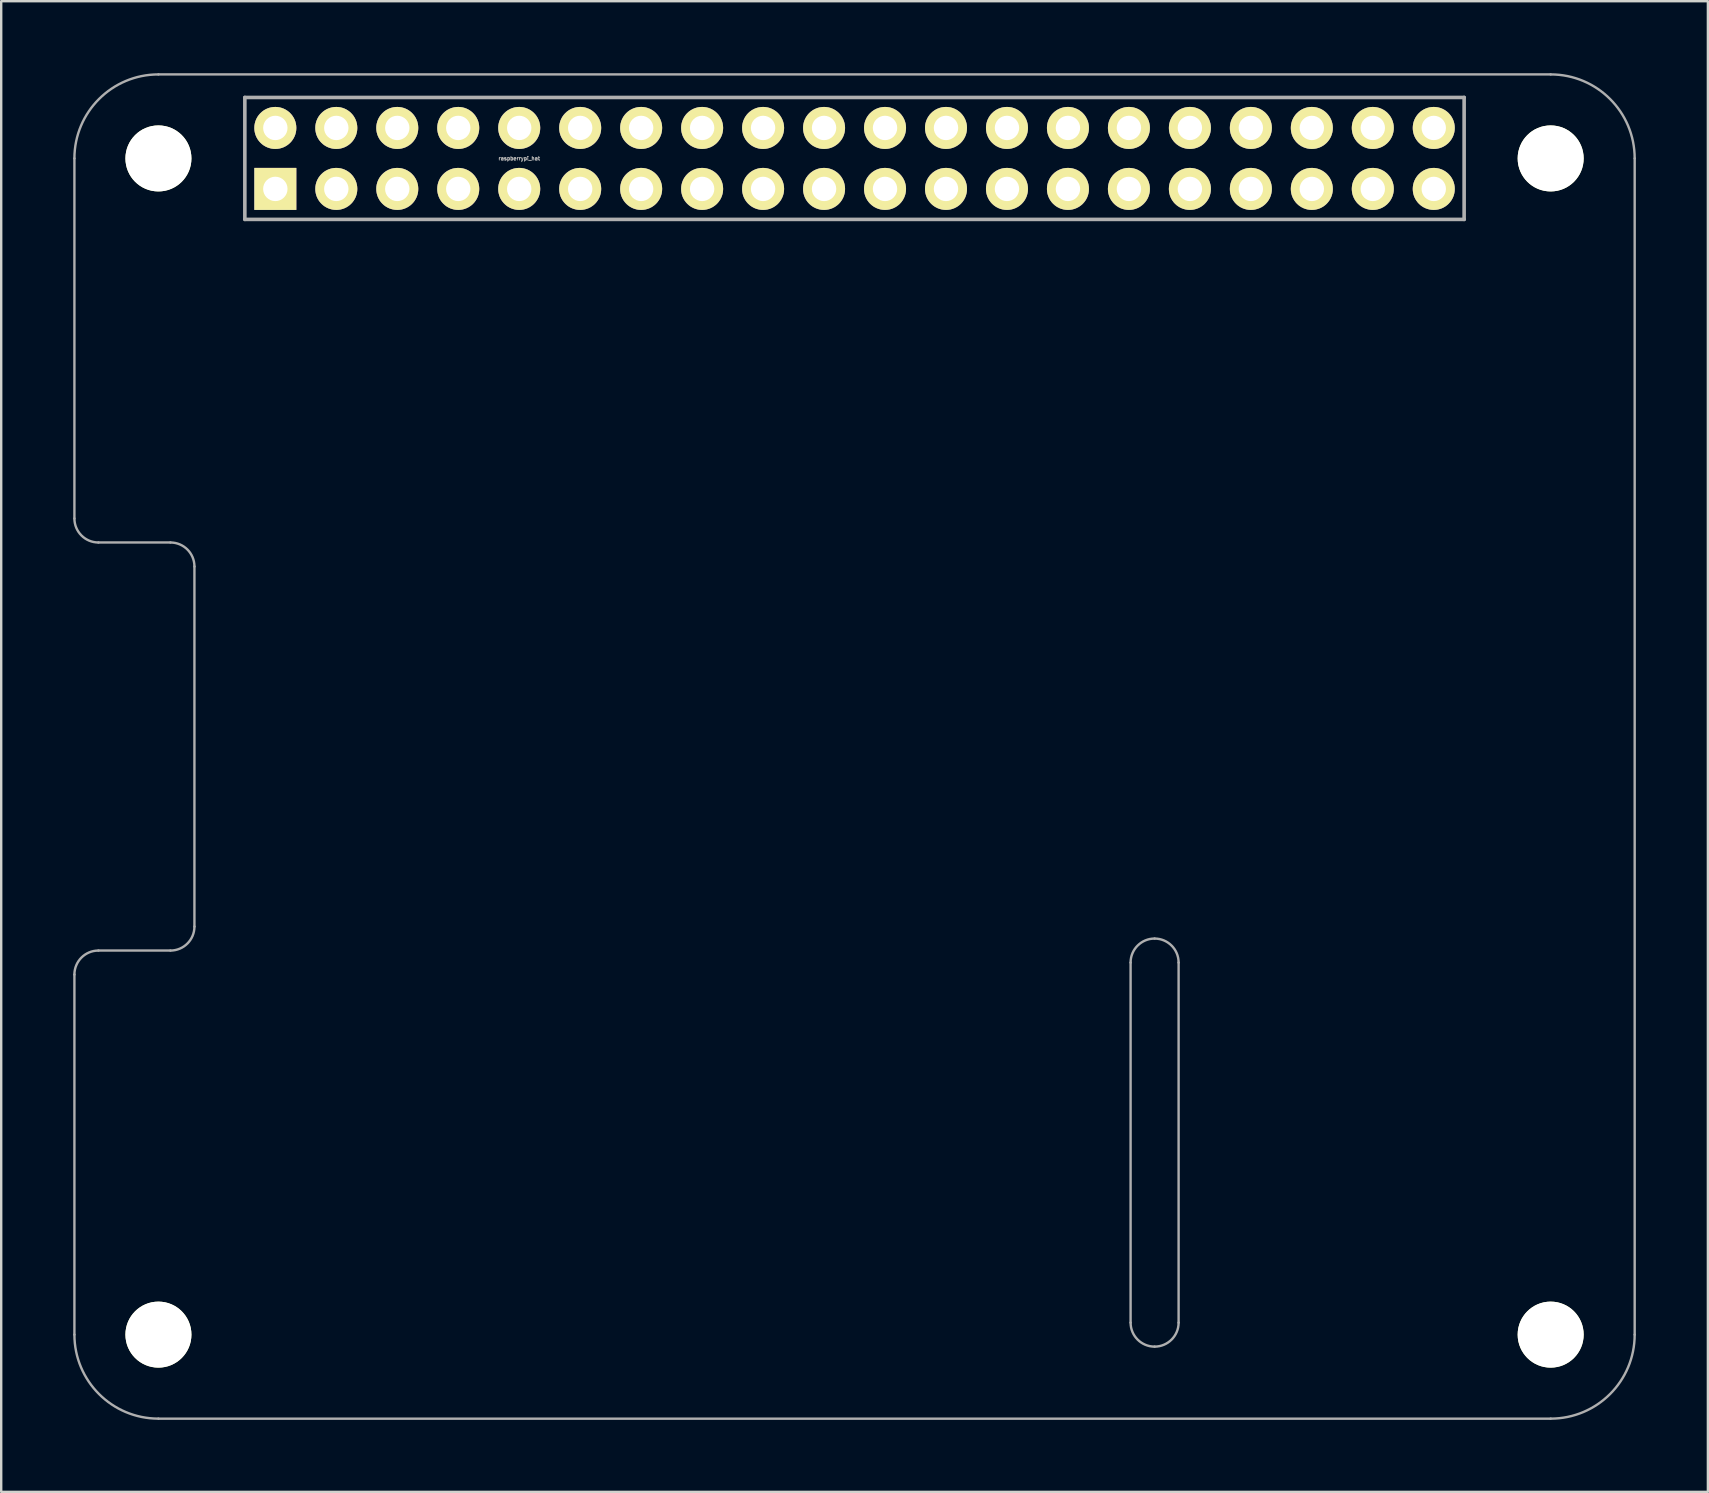
<source format=kicad_pcb>
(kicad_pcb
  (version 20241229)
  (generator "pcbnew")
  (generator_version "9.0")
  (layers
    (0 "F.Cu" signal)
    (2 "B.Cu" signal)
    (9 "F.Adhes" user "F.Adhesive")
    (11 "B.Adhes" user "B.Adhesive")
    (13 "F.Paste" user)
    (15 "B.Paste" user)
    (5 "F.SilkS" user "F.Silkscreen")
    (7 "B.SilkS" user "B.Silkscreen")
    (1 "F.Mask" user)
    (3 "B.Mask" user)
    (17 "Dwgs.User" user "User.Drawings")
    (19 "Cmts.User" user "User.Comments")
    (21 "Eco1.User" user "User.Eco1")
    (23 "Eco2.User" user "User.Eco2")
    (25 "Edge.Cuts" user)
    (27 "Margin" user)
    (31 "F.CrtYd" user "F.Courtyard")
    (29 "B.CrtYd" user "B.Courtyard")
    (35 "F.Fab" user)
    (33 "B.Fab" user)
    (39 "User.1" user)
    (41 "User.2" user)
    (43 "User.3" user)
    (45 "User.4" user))
  (footprint "raspberrypi_hat"
    (layer "F.Cu")
    (at 32.55 3.55)
    (property "Reference" "raspberrypi_hat" (at -13.97 0 0) (layer "F.Fab") (effects (font (size 0.15 0.15) (thickness 0.037))))
    (attr through_hole)
    (fp_line (start -32.5 15) (end -32.5 0) (stroke (width 0.1) (type solid)) (layer "F.Fab"))
    (fp_line (start -32.5 49) (end -32.5 34) (stroke (width 0.1) (type solid)) (layer "F.Fab"))
    (fp_line (start -29 -3.5) (end 29 -3.5) (stroke (width 0.1) (type solid)) (layer "F.Fab"))
    (fp_line (start -28.5 16) (end -31.5 16) (stroke (width 0.1) (type solid)) (layer "F.Fab"))
    (fp_line (start -28.5 33) (end -31.5 33) (stroke (width 0.1) (type solid)) (layer "F.Fab"))
    (fp_line (start -27.5 32) (end -27.5 17) (stroke (width 0.1) (type solid)) (layer "F.Fab"))
    (fp_line (start -25.4 -2.54) (end -25.4 2.54) (stroke (width 0.15) (type solid)) (layer "F.Fab"))
    (fp_line (start -25.4 -2.54) (end 25.4 -2.54) (stroke (width 0.15) (type solid)) (layer "F.Fab"))
    (fp_line (start 11.5 33.5) (end 11.5 48.5) (stroke (width 0.1) (type solid)) (layer "F.Fab"))
    (fp_line (start 13.5 48.5) (end 13.5 33.5) (stroke (width 0.1) (type solid)) (layer "F.Fab"))
    (fp_line (start 25.395 2.54) (end 25.395 -2.54) (stroke (width 0.15) (type solid)) (layer "F.Fab"))
    (fp_line (start 25.4 2.54) (end -25.4 2.54) (stroke (width 0.15) (type solid)) (layer "F.Fab"))
    (fp_line (start 29 52.5) (end -29 52.5) (stroke (width 0.1) (type solid)) (layer "F.Fab"))
    (fp_line (start 32.5 0) (end 32.5 49) (stroke (width 0.1) (type solid)) (layer "F.Fab"))
    (fp_arc (start -32.5 0) (mid -31.474874 -2.474874) (end -29 -3.5) (stroke (width 0.1) (type solid)) (layer "F.Fab"))
    (fp_arc (start -32.5 34) (mid -32.207107 33.292893) (end -31.5 33) (stroke (width 0.1) (type solid)) (layer "F.Fab"))
    (fp_arc (start -31.5 16) (mid -32.207107 15.707107) (end -32.5 15) (stroke (width 0.1) (type solid)) (layer "F.Fab"))
    (fp_arc (start -29 52.5) (mid -31.474874 51.474874) (end -32.5 49) (stroke (width 0.1) (type solid)) (layer "F.Fab"))
    (fp_arc (start -28.5 16) (mid -27.792893 16.292893) (end -27.5 17) (stroke (width 0.1) (type solid)) (layer "F.Fab"))
    (fp_arc (start -27.5 32) (mid -27.792893 32.707107) (end -28.5 33) (stroke (width 0.1) (type solid)) (layer "F.Fab"))
    (fp_arc (start 11.5 33.5) (mid 11.792893 32.792893) (end 12.5 32.5) (stroke (width 0.1) (type solid)) (layer "F.Fab"))
    (fp_arc (start 12.5 32.5) (mid 13.207107 32.792893) (end 13.5 33.5) (stroke (width 0.1) (type solid)) (layer "F.Fab"))
    (fp_arc (start 12.5 49.5) (mid 11.792893 49.207107) (end 11.5 48.5) (stroke (width 0.1) (type solid)) (layer "F.Fab"))
    (fp_arc (start 13.5 48.5) (mid 13.207107 49.207107) (end 12.5 49.5) (stroke (width 0.1) (type solid)) (layer "F.Fab"))
    (fp_arc (start 29 -3.5) (mid 31.474874 -2.474874) (end 32.5 0) (stroke (width 0.1) (type solid)) (layer "F.Fab"))
    (fp_arc (start 32.5 49) (mid 31.474874 51.474874) (end 29 52.5) (stroke (width 0.1) (type solid)) (layer "F.Fab"))
    (pad "" np_thru_hole circle (at -29 0) (size 2.75 2.75) (drill 2.75) (layers "*.Cu" "*.Mask" "F.SilkS"))
    (pad "" np_thru_hole circle (at -29 49) (size 2.75 2.75) (drill 2.75) (layers "*.Cu" "*.Mask" "F.SilkS"))
    (pad "" np_thru_hole circle (at 29 0) (size 2.75 2.75) (drill 2.75) (layers "*.Cu" "*.Mask" "F.SilkS"))
    (pad "" np_thru_hole circle (at 29 49) (size 2.75 2.75) (drill 2.75) (layers "*.Cu" "*.Mask" "F.SilkS"))
    (pad "1" thru_hole rect (at -24.13 1.27) (size 1.75 1.75) (drill 1.016) (layers "*.Cu" "*.Mask" "F.SilkS"))
    (pad "2" thru_hole circle (at -24.13 -1.27) (size 1.75 1.75) (drill 1.016) (layers "*.Cu" "*.Mask" "F.SilkS"))
    (pad "3" thru_hole circle (at -21.59 1.27) (size 1.75 1.75) (drill 1.016) (layers "*.Cu" "*.Mask" "F.SilkS"))
    (pad "4" thru_hole circle (at -21.59 -1.27) (size 1.75 1.75) (drill 1.016) (layers "*.Cu" "*.Mask" "F.SilkS"))
    (pad "5" thru_hole circle (at -19.05 1.27) (size 1.75 1.75) (drill 1.016) (layers "*.Cu" "*.Mask" "F.SilkS"))
    (pad "6" thru_hole circle (at -19.05 -1.27) (size 1.75 1.75) (drill 1.016) (layers "*.Cu" "*.Mask" "F.SilkS"))
    (pad "7" thru_hole circle (at -16.51 1.27) (size 1.75 1.75) (drill 1.016) (layers "*.Cu" "*.Mask" "F.SilkS"))
    (pad "8" thru_hole circle (at -16.51 -1.27) (size 1.75 1.75) (drill 1.016) (layers "*.Cu" "*.Mask" "F.SilkS"))
    (pad "9" thru_hole circle (at -13.97 1.27) (size 1.75 1.75) (drill 1.016) (layers "*.Cu" "*.Mask" "F.SilkS"))
    (pad "10" thru_hole circle (at -13.97 -1.27) (size 1.75 1.75) (drill 1.016) (layers "*.Cu" "*.Mask" "F.SilkS"))
    (pad "11" thru_hole circle (at -11.43 1.27) (size 1.75 1.75) (drill 1.016) (layers "*.Cu" "*.Mask" "F.SilkS"))
    (pad "12" thru_hole circle (at -11.43 -1.27) (size 1.75 1.75) (drill 1.016) (layers "*.Cu" "*.Mask" "F.SilkS"))
    (pad "13" thru_hole circle (at -8.89 1.27) (size 1.75 1.75) (drill 1.016) (layers "*.Cu" "*.Mask" "F.SilkS"))
    (pad "14" thru_hole circle (at -8.89 -1.27) (size 1.75 1.75) (drill 1.016) (layers "*.Cu" "*.Mask" "F.SilkS"))
    (pad "15" thru_hole circle (at -6.35 1.27) (size 1.75 1.75) (drill 1.016) (layers "*.Cu" "*.Mask" "F.SilkS"))
    (pad "16" thru_hole circle (at -6.35 -1.27) (size 1.75 1.75) (drill 1.016) (layers "*.Cu" "*.Mask" "F.SilkS"))
    (pad "17" thru_hole circle (at -3.81 1.27) (size 1.75 1.75) (drill 1.016) (layers "*.Cu" "*.Mask" "F.SilkS"))
    (pad "18" thru_hole circle (at -3.81 -1.27) (size 1.75 1.75) (drill 1.016) (layers "*.Cu" "*.Mask" "F.SilkS"))
    (pad "19" thru_hole circle (at -1.27 1.27) (size 1.75 1.75) (drill 1.016) (layers "*.Cu" "*.Mask" "F.SilkS"))
    (pad "20" thru_hole circle (at -1.27 -1.27) (size 1.75 1.75) (drill 1.016) (layers "*.Cu" "*.Mask" "F.SilkS"))
    (pad "21" thru_hole circle (at 1.27 1.27) (size 1.75 1.75) (drill 1.016) (layers "*.Cu" "*.Mask" "F.SilkS"))
    (pad "22" thru_hole circle (at 1.27 -1.27) (size 1.75 1.75) (drill 1.016) (layers "*.Cu" "*.Mask" "F.SilkS"))
    (pad "23" thru_hole circle (at 3.81 1.27) (size 1.75 1.75) (drill 1.016) (layers "*.Cu" "*.Mask" "F.SilkS"))
    (pad "24" thru_hole circle (at 3.81 -1.27) (size 1.75 1.75) (drill 1.016) (layers "*.Cu" "*.Mask" "F.SilkS"))
    (pad "25" thru_hole circle (at 6.35 1.27) (size 1.75 1.75) (drill 1.016) (layers "*.Cu" "*.Mask" "F.SilkS"))
    (pad "26" thru_hole circle (at 6.35 -1.27) (size 1.75 1.75) (drill 1.016) (layers "*.Cu" "*.Mask" "F.SilkS"))
    (pad "27" thru_hole circle (at 8.89 1.27) (size 1.75 1.75) (drill 1.016) (layers "*.Cu" "*.Mask" "F.SilkS"))
    (pad "28" thru_hole circle (at 8.89 -1.27) (size 1.75 1.75) (drill 1.016) (layers "*.Cu" "*.Mask" "F.SilkS"))
    (pad "29" thru_hole circle (at 11.43 1.27) (size 1.75 1.75) (drill 1.016) (layers "*.Cu" "*.Mask" "F.SilkS"))
    (pad "30" thru_hole circle (at 11.43 -1.27) (size 1.75 1.75) (drill 1.016) (layers "*.Cu" "*.Mask" "F.SilkS"))
    (pad "31" thru_hole circle (at 13.97 1.27) (size 1.75 1.75) (drill 1.016) (layers "*.Cu" "*.Mask" "F.SilkS"))
    (pad "32" thru_hole circle (at 13.97 -1.27) (size 1.75 1.75) (drill 1.016) (layers "*.Cu" "*.Mask" "F.SilkS"))
    (pad "33" thru_hole circle (at 16.51 1.27) (size 1.75 1.75) (drill 1.016) (layers "*.Cu" "*.Mask" "F.SilkS"))
    (pad "34" thru_hole circle (at 16.51 -1.27) (size 1.75 1.75) (drill 1.016) (layers "*.Cu" "*.Mask" "F.SilkS"))
    (pad "35" thru_hole circle (at 19.05 1.27) (size 1.75 1.75) (drill 1.016) (layers "*.Cu" "*.Mask" "F.SilkS"))
    (pad "36" thru_hole circle (at 19.05 -1.27) (size 1.75 1.75) (drill 1.016) (layers "*.Cu" "*.Mask" "F.SilkS"))
    (pad "37" thru_hole circle (at 21.59 1.27) (size 1.75 1.75) (drill 1.016) (layers "*.Cu" "*.Mask" "F.SilkS"))
    (pad "38" thru_hole circle (at 21.59 -1.27) (size 1.75 1.75) (drill 1.016) (layers "*.Cu" "*.Mask" "F.SilkS"))
    (pad "39" thru_hole circle (at 24.13 1.27) (size 1.75 1.75) (drill 1.016) (layers "*.Cu" "*.Mask" "F.SilkS"))
    (pad "40" thru_hole circle (at 24.13 -1.27) (size 1.75 1.75) (drill 1.016) (layers "*.Cu" "*.Mask" "F.SilkS")))
  (gr_rect
    (start -3 -3)
    (end 68.1 59.1)
    (stroke (width 0.1) (type default))
    (fill no)
    (layer "Edge.Cuts")))
</source>
